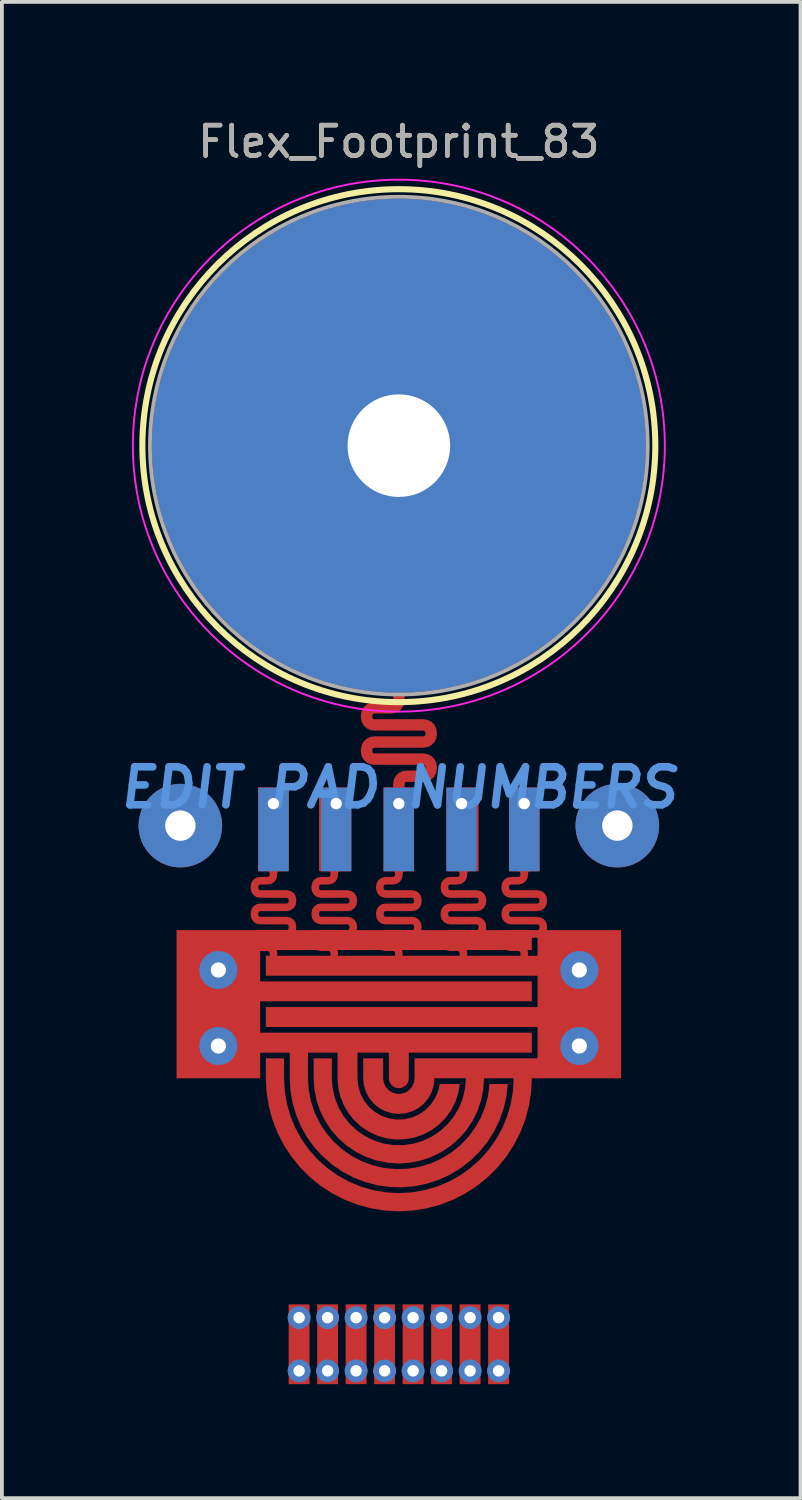
<source format=kicad_pcb>
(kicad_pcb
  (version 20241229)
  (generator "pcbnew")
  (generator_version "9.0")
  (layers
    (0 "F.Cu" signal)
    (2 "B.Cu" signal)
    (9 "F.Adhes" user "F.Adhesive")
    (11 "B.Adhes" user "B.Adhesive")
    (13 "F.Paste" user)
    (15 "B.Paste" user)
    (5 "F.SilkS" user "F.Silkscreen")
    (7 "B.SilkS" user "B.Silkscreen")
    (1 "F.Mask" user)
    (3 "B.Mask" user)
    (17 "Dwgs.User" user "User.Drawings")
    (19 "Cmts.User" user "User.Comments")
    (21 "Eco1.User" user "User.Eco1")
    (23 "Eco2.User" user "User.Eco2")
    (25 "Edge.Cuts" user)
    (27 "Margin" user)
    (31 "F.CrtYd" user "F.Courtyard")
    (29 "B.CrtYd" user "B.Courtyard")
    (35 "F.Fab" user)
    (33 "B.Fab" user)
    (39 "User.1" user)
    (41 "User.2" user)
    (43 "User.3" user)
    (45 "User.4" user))
  (footprint "Flex_Footprint_83"
    (layer "F.Cu")
    (at 7.447 8.679)
    (property "Reference" "Flex_Footprint_83" (at 0 -8 0) (layer "F.SilkS") (effects (font (size 0.8 0.8) (thickness 0.12))))
    (attr through_hole)
    (fp_circle (center 0 0) (end -6.75 0) (stroke (width 0.16) (type solid)) (fill no) (layer "F.SilkS"))
    (fp_circle (center 0 0) (end -7 0) (stroke (width 0.05) (type solid)) (fill no) (layer "F.CrtYd"))
    (fp_circle (center 0 0) (end -6.55 0) (stroke (width 0.1) (type solid)) (fill no) (layer "F.Fab"))
    (fp_text user "EDIT PAD NUMBERS" (at 0 9 0) (layer "Cmts.User") (effects (font (size 1 1) (thickness 0.2) (italic yes))))
    (fp_text user "${REFERENCE}" (at 0 -8 0) (layer "F.Fab") (effects (font (size 0.8 0.8) (thickness 0.12))))
    (pad "#" thru_hole circle (at -5.75 10) (size 2.2 2.2) (drill 0.8) (layers "*.Cu" "*.Mask"))
    (pad "#" smd custom (at -4.85 14.75) (size 0.2 0.2) (layers "F.Cu" "F.Mask") (options (anchor circle)) (primitives (gr_poly (pts (xy 8.35 -1.475) (xy 1.2 -1.475) (xy 1.2 -0.65) (xy 8.35 -0.65) (xy 8.35 -0.125) (xy 1.2 -0.125) (xy 1.2 0.7) (xy 8.35 0.7) (xy 8.35 1.225) (xy 5.112 1.225) (xy 5.112 1.9) (xy 5.097 1.99) (xy 5.051 2.069) (xy 4.981 2.127) (xy 4.896 2.159) (xy 4.804 2.159) (xy 4.719 2.127) (xy 4.649 2.069) (xy 4.603 1.99) (xy 4.587 1.9) (xy 4.587 1.225) (xy 3.762 1.225) (xy 3.762 1.9) (xy 3.782 2.103) (xy 3.838 2.299) (xy 3.93 2.481) (xy 4.055 2.642) (xy 4.207 2.777) (xy 4.382 2.882) (xy 4.574 2.952) (xy 4.775 2.985) (xy 4.979 2.98) (xy 5.178 2.937) (xy 5.366 2.858) (xy 5.535 2.745) (xy 5.681 2.602) (xy 5.797 2.434) (xy 5.88 2.248) (xy 5.927 2.05) (xy 6.456 2.05) (xy 6.414 2.292) (xy 6.336 2.525) (xy 6.224 2.743) (xy 6.08 2.942) (xy 5.908 3.117) (xy 5.711 3.264) (xy 5.494 3.378) (xy 5.262 3.459) (xy 5.02 3.503) (xy 4.775 3.511) (xy 4.531 3.481) (xy 4.295 3.414) (xy 4.071 3.312) (xy 3.866 3.178) (xy 3.684 3.013) (xy 3.528 2.823) (xy 3.403 2.612) (xy 3.312 2.384) (xy 3.256 2.145) (xy 3.237 1.9) (xy 3.237 1.225) (xy 2.458 1.225) (xy 2.458 1.9) (xy 2.478 2.206) (xy 2.537 2.507) (xy 2.633 2.798) (xy 2.766 3.074) (xy 2.934 3.331) (xy 3.133 3.564) (xy 3.36 3.77) (xy 3.611 3.946) (xy 3.883 4.087) (xy 4.171 4.193) (xy 4.47 4.261) (xy 4.775 4.29) (xy 5.081 4.28) (xy 5.384 4.231) (xy 5.678 4.144) (xy 5.958 4.019) (xy 6.22 3.86) (xy 6.46 3.669) (xy 6.673 3.448) (xy 6.856 3.202) (xy 7.006 2.935) (xy 7.121 2.651) (xy 7.198 2.354) (xy 7.237 2.05) (xy 7.717 2.05) (xy 7.681 2.376) (xy 7.608 2.696) (xy 7.499 3.006) (xy 7.356 3.301) (xy 7.179 3.578) (xy 6.972 3.833) (xy 6.738 4.063) (xy 6.478 4.264) (xy 6.198 4.435) (xy 5.9 4.572) (xy 5.588 4.674) (xy 5.266 4.741) (xy 4.939 4.769) (xy 4.611 4.761) (xy 4.286 4.715) (xy 3.968 4.632) (xy 3.662 4.514) (xy 3.371 4.361) (xy 3.1 4.176) (xy 2.852 3.961) (xy 2.63 3.72) (xy 2.436 3.454) (xy 2.275 3.169) (xy 2.147 2.866) (xy 2.054 2.551) (xy 1.998 2.228) (xy 1.979 1.9) (xy 1.979 1.225) (xy 1.2 1.225) (xy 1.2 1.9) (xy -1 1.9) (xy -1 -2) (xy 8.35 -2)) (width 0) (fill yes))))
    (pad "#" thru_hole circle (at -4.75 13.8) (size 1 1) (drill 0.4) (layers "*.Cu" "*.Mask"))
    (pad "#" thru_hole circle (at -4.75 15.8) (size 1 1) (drill 0.4) (layers "*.Cu" "*.Mask"))
    (pad "#" thru_hole rect (at -3.3 9.421) (size 0.8 2.2) (drill 0.3 (offset 0 0.679)) (layers "*.Cu" "*.Mask"))
    (pad "#" smd custom (at -3.3 13.4) (size 0.1 0.1) (layers "F.Cu" "F.Mask") (options (anchor circle)) (primitives (gr_poly (pts (xy -0.15 -2.05) (xy -0.115 -2.065) (xy -0.1 -2.1) (xy -0.1 -2.15) (xy -0.115 -2.185) (xy -0.15 -2.2) (xy -0.4 -2.2) (xy -0.4 -4.4) (xy 0.4 -4.4) (xy 0.4 -2.2) (xy 0.15 -2.2) (xy 0.115 -2.185) (xy 0.1 -2.15) (xy 0.1 -2.1) (xy 0.081 -2.004) (xy 0.027 -1.923) (xy -0.054 -1.869) (xy -0.15 -1.85) (xy -0.35 -1.85) (xy -0.385 -1.835) (xy -0.4 -1.8) (xy -0.4 -1.75) (xy -0.385 -1.715) (xy -0.35 -1.7) (xy 0.35 -1.7) (xy 0.446 -1.681) (xy 0.527 -1.627) (xy 0.581 -1.546) (xy 0.6 -1.45) (xy 0.6 -1.4) (xy 0.581 -1.304) (xy 0.527 -1.223) (xy 0.446 -1.169) (xy 0.35 -1.15) (xy -0.35 -1.15) (xy -0.385 -1.135) (xy -0.4 -1.1) (xy -0.4 -1.05) (xy -0.385 -1.015) (xy -0.35 -1) (xy 0.35 -1) (xy 0.446 -0.981) (xy 0.527 -0.927) (xy 0.581 -0.846) (xy 0.6 -0.75) (xy 0.6 -0.7) (xy 0.581 -0.604) (xy 0.527 -0.523) (xy 0.446 -0.469) (xy 0.35 -0.45) (xy -0.35 -0.45) (xy -0.385 -0.435) (xy -0.4 -0.4) (xy -0.4 -0.35) (xy -0.385 -0.315) (xy -0.35 -0.3) (xy -0.15 -0.3) (xy -0.054 -0.281) (xy 0.027 -0.227) (xy 0.081 -0.146) (xy 0.1 -0.05) (xy 0.1 0) (xy 0.081 0.059) (xy 0.031 0.095) (xy -0.031 0.095) (xy -0.081 0.059) (xy -0.1 0) (xy -0.1 -0.05) (xy -0.115 -0.085) (xy -0.15 -0.1) (xy -0.35 -0.1) (xy -0.446 -0.119) (xy -0.527 -0.173) (xy -0.581 -0.254) (xy -0.6 -0.35) (xy -0.6 -0.4) (xy -0.581 -0.496) (xy -0.527 -0.577) (xy -0.446 -0.631) (xy -0.35 -0.65) (xy 0.35 -0.65) (xy 0.385 -0.665) (xy 0.4 -0.7) (xy 0.4 -0.75) (xy 0.385 -0.785) (xy 0.35 -0.8) (xy -0.35 -0.8) (xy -0.446 -0.819) (xy -0.527 -0.873) (xy -0.581 -0.954) (xy -0.6 -1.05) (xy -0.6 -1.1) (xy -0.581 -1.196) (xy -0.527 -1.277) (xy -0.446 -1.331) (xy -0.35 -1.35) (xy 0.35 -1.35) (xy 0.385 -1.365) (xy 0.4 -1.4) (xy 0.4 -1.45) (xy 0.385 -1.485) (xy 0.35 -1.5) (xy -0.35 -1.5) (xy -0.446 -1.519) (xy -0.527 -1.573) (xy -0.581 -1.654) (xy -0.6 -1.75) (xy -0.6 -1.8) (xy -0.581 -1.896) (xy -0.527 -1.977) (xy -0.446 -2.031) (xy -0.35 -2.05)) (width 0) (fill yes))))
    (pad "#" thru_hole circle (at -2.625 22.95) (size 0.6 0.6) (drill 0.3) (layers "*.Cu" "*.Mask"))
    (pad "#" smd custom (at -2.625 23.65) (size 0.2 0.2) (layers "F.Cu" "F.Mask") (options (anchor circle)) (primitives (gr_poly (pts (xy -0.275 -1.05) (xy -0.275 1.05) (xy 0.275 1.05) (xy 0.275 -1.05)) (width 0) (fill yes))))
    (pad "#" thru_hole circle (at -2.625 24.35) (size 0.6 0.6) (drill 0.3) (layers "*.Cu" "*.Mask"))
    (pad "#" thru_hole circle (at -1.875 22.95) (size 0.6 0.6) (drill 0.3) (layers "*.Cu" "*.Mask"))
    (pad "#" smd custom (at -1.875 23.65) (size 0.2 0.2) (layers "F.Cu" "F.Mask") (options (anchor circle)) (primitives (gr_poly (pts (xy 0.275 -1.05) (xy 0.275 1.05) (xy -0.275 1.05) (xy -0.275 -1.05)) (width 0) (fill yes))))
    (pad "#" thru_hole circle (at -1.875 24.35) (size 0.6 0.6) (drill 0.3) (layers "*.Cu" "*.Mask"))
    (pad "#" smd custom (at -1.7 13.4) (size 0.1 0.1) (layers "F.Cu" "F.Mask") (options (anchor circle)) (primitives (gr_poly (pts (xy -0.15 -2.05) (xy -0.115 -2.065) (xy -0.1 -2.1) (xy -0.1 -2.15) (xy -0.115 -2.185) (xy -0.15 -2.2) (xy -0.4 -2.2) (xy -0.4 -4.4) (xy 0.4 -4.4) (xy 0.4 -2.2) (xy 0.15 -2.2) (xy 0.115 -2.185) (xy 0.1 -2.15) (xy 0.1 -2.1) (xy 0.081 -2.004) (xy 0.027 -1.923) (xy -0.054 -1.869) (xy -0.15 -1.85) (xy -0.35 -1.85) (xy -0.385 -1.835) (xy -0.4 -1.8) (xy -0.4 -1.75) (xy -0.385 -1.715) (xy -0.35 -1.7) (xy 0.35 -1.7) (xy 0.446 -1.681) (xy 0.527 -1.627) (xy 0.581 -1.546) (xy 0.6 -1.45) (xy 0.6 -1.4) (xy 0.581 -1.304) (xy 0.527 -1.223) (xy 0.446 -1.169) (xy 0.35 -1.15) (xy -0.35 -1.15) (xy -0.385 -1.135) (xy -0.4 -1.1) (xy -0.4 -1.05) (xy -0.385 -1.015) (xy -0.35 -1) (xy 0.35 -1) (xy 0.446 -0.981) (xy 0.527 -0.927) (xy 0.581 -0.846) (xy 0.6 -0.75) (xy 0.6 -0.7) (xy 0.581 -0.604) (xy 0.527 -0.523) (xy 0.446 -0.469) (xy 0.35 -0.45) (xy -0.35 -0.45) (xy -0.385 -0.435) (xy -0.4 -0.4) (xy -0.4 -0.35) (xy -0.385 -0.315) (xy -0.35 -0.3) (xy -0.15 -0.3) (xy -0.054 -0.281) (xy 0.027 -0.227) (xy 0.081 -0.146) (xy 0.1 -0.05) (xy 0.1 0) (xy 0.081 0.059) (xy 0.031 0.095) (xy -0.031 0.095) (xy -0.081 0.059) (xy -0.1 0) (xy -0.1 -0.05) (xy -0.115 -0.085) (xy -0.15 -0.1) (xy -0.35 -0.1) (xy -0.446 -0.119) (xy -0.527 -0.173) (xy -0.581 -0.254) (xy -0.6 -0.35) (xy -0.6 -0.4) (xy -0.581 -0.496) (xy -0.527 -0.577) (xy -0.446 -0.631) (xy -0.35 -0.65) (xy 0.35 -0.65) (xy 0.385 -0.665) (xy 0.4 -0.7) (xy 0.4 -0.75) (xy 0.385 -0.785) (xy 0.35 -0.8) (xy -0.35 -0.8) (xy -0.446 -0.819) (xy -0.527 -0.873) (xy -0.581 -0.954) (xy -0.6 -1.05) (xy -0.6 -1.1) (xy -0.581 -1.196) (xy -0.527 -1.277) (xy -0.446 -1.331) (xy -0.35 -1.35) (xy 0.35 -1.35) (xy 0.385 -1.365) (xy 0.4 -1.4) (xy 0.4 -1.45) (xy 0.385 -1.485) (xy 0.35 -1.5) (xy -0.35 -1.5) (xy -0.446 -1.519) (xy -0.527 -1.573) (xy -0.581 -1.654) (xy -0.6 -1.75) (xy -0.6 -1.8) (xy -0.581 -1.896) (xy -0.527 -1.977) (xy -0.446 -2.031) (xy -0.35 -2.05)) (width 0) (fill yes))))
    (pad "#" thru_hole rect (at -1.65 9.421) (size 0.8 2.2) (drill 0.3 (offset 0 0.679)) (layers "*.Cu" "*.Mask"))
    (pad "#" thru_hole circle (at -1.125 22.95) (size 0.6 0.6) (drill 0.3) (layers "*.Cu" "*.Mask"))
    (pad "#" smd custom (at -1.125 23.65) (size 0.2 0.2) (layers "F.Cu" "F.Mask") (options (anchor circle)) (primitives (gr_poly (pts (xy 0.275 -1.05) (xy 0.275 1.05) (xy -0.275 1.05) (xy -0.275 -1.05)) (width 0) (fill yes))))
    (pad "#" thru_hole circle (at -1.125 24.35) (size 0.6 0.6) (drill 0.3) (layers "*.Cu" "*.Mask"))
    (pad "#" thru_hole circle (at -0.375 22.95) (size 0.6 0.6) (drill 0.3) (layers "*.Cu" "*.Mask"))
    (pad "#" smd custom (at -0.375 23.65) (size 0.2 0.2) (layers "F.Cu" "F.Mask") (options (anchor circle)) (primitives (gr_poly (pts (xy 0.275 1.05) (xy -0.275 1.05) (xy -0.275 -1.05) (xy 0.275 -1.05)) (width 0) (fill yes))))
    (pad "#" thru_hole circle (at -0.375 24.35) (size 0.6 0.6) (drill 0.3) (layers "*.Cu" "*.Mask"))
    (pad "#" thru_hole circle (at 0 0) (size 13 13) (drill 2.7) (layers "*.Cu" "*.Mask"))
    (pad "#" smd custom (at 0 9.033) (size 0.073 0.073) (layers "F.Cu" "F.Mask") (options (anchor circle)) (primitives (gr_poly (pts (xy -0.15 2.317) (xy -0.115 2.302) (xy -0.1 2.267) (xy -0.1 2.217) (xy -0.115 2.181) (xy -0.15 2.167) (xy -0.4 2.167) (xy -0.4 -0.033) (xy 0.4 -0.033) (xy 0.4 2.167) (xy 0.15 2.167) (xy 0.115 2.181) (xy 0.1 2.217) (xy 0.1 2.267) (xy 0.081 2.362) (xy 0.027 2.444) (xy -0.054 2.498) (xy -0.15 2.517) (xy -0.35 2.517) (xy -0.385 2.531) (xy -0.4 2.567) (xy -0.4 2.617) (xy -0.385 2.652) (xy -0.35 2.667) (xy 0.35 2.667) (xy 0.446 2.686) (xy 0.527 2.74) (xy 0.581 2.821) (xy 0.6 2.917) (xy 0.6 2.967) (xy 0.581 3.062) (xy 0.527 3.144) (xy 0.446 3.198) (xy 0.35 3.217) (xy -0.35 3.217) (xy -0.385 3.231) (xy -0.4 3.267) (xy -0.4 3.317) (xy -0.385 3.352) (xy -0.35 3.367) (xy 0.35 3.367) (xy 0.446 3.386) (xy 0.527 3.44) (xy 0.581 3.521) (xy 0.6 3.617) (xy 0.6 3.667) (xy 0.581 3.762) (xy 0.527 3.844) (xy 0.446 3.898) (xy 0.35 3.917) (xy -0.35 3.917) (xy -0.385 3.931) (xy -0.4 3.967) (xy -0.4 4.017) (xy -0.385 4.052) (xy -0.35 4.067) (xy -0.15 4.067) (xy -0.054 4.086) (xy 0.027 4.14) (xy 0.081 4.221) (xy 0.1 4.317) (xy 0.1 4.367) (xy 0.081 4.426) (xy 0.031 4.462) (xy -0.031 4.462) (xy -0.081 4.426) (xy -0.1 4.367) (xy -0.1 4.317) (xy -0.115 4.281) (xy -0.15 4.267) (xy -0.35 4.267) (xy -0.446 4.248) (xy -0.527 4.194) (xy -0.581 4.112) (xy -0.6 4.017) (xy -0.6 3.967) (xy -0.581 3.871) (xy -0.527 3.79) (xy -0.446 3.736) (xy -0.35 3.717) (xy 0.35 3.717) (xy 0.385 3.702) (xy 0.4 3.667) (xy 0.4 3.617) (xy 0.385 3.581) (xy 0.35 3.567) (xy -0.35 3.567) (xy -0.446 3.548) (xy -0.527 3.494) (xy -0.581 3.412) (xy -0.6 3.317) (xy -0.6 3.267) (xy -0.581 3.171) (xy -0.527 3.09) (xy -0.446 3.036) (xy -0.35 3.017) (xy 0.35 3.017) (xy 0.385 3.002) (xy 0.4 2.967) (xy 0.4 2.917) (xy 0.385 2.881) (xy 0.35 2.867) (xy -0.35 2.867) (xy -0.446 2.848) (xy -0.527 2.794) (xy -0.581 2.712) (xy -0.6 2.617) (xy -0.6 2.567) (xy -0.581 2.471) (xy -0.527 2.39) (xy -0.446 2.336) (xy -0.35 2.317)) (width 0) (fill yes))))
    (pad "#" smd custom (at 0 9.033) (size 0.073 0.073) (layers "F.Cu" "F.Mask") (options (anchor circle)) (primitives (gr_poly (pts (xy -0.198 -2.283) (xy -0.162 -2.297) (xy -0.148 -2.333) (xy -0.148 -2.595) (xy 0.152 -2.595) (xy 0.152 -2.333) (xy 0.135 -2.224) (xy 0.085 -2.127) (xy 0.008 -2.049) (xy -0.09 -2) (xy -0.198 -1.983) (xy -0.649 -1.983) (xy -0.684 -1.968) (xy -0.699 -1.933) (xy -0.699 -1.883) (xy -0.684 -1.847) (xy -0.649 -1.833) (xy 0.651 -1.833) (xy 0.759 -1.815) (xy 0.857 -1.766) (xy 0.934 -1.688) (xy 0.984 -1.591) (xy 1.001 -1.483) (xy 1.001 -1.433) (xy 0.984 -1.324) (xy 0.934 -1.227) (xy 0.857 -1.149) (xy 0.759 -1.1) (xy 0.651 -1.083) (xy -0.649 -1.083) (xy -0.684 -1.068) (xy -0.699 -1.033) (xy -0.699 -0.983) (xy -0.684 -0.947) (xy -0.649 -0.933) (xy 0.651 -0.933) (xy 0.759 -0.915) (xy 0.857 -0.866) (xy 0.934 -0.788) (xy 0.984 -0.691) (xy 1.001 -0.583) (xy 1.001 -0.533) (xy 0.984 -0.424) (xy 0.934 -0.327) (xy 0.857 -0.249) (xy 0.759 -0.2) (xy 0.651 -0.183) (xy 0.2 -0.183) (xy 0.165 -0.168) (xy 0.15 -0.133) (xy 0.15 0) (xy 0.135 0.065) (xy 0.094 0.117) (xy 0.033 0.146) (xy -0.033 0.146) (xy -0.094 0.117) (xy -0.135 0.065) (xy -0.15 0) (xy -0.15 -0.133) (xy -0.133 -0.241) (xy -0.083 -0.338) (xy -0.006 -0.416) (xy 0.092 -0.465) (xy 0.2 -0.483) (xy 0.651 -0.483) (xy 0.686 -0.497) (xy 0.701 -0.533) (xy 0.701 -0.583) (xy 0.686 -0.618) (xy 0.651 -0.633) (xy -0.649 -0.633) (xy -0.757 -0.65) (xy -0.855 -0.699) (xy -0.932 -0.777) (xy -0.982 -0.874) (xy -0.999 -0.983) (xy -0.999 -1.033) (xy -0.982 -1.141) (xy -0.932 -1.238) (xy -0.855 -1.316) (xy -0.757 -1.365) (xy -0.649 -1.383) (xy 0.651 -1.383) (xy 0.686 -1.397) (xy 0.701 -1.433) (xy 0.701 -1.483) (xy 0.686 -1.518) (xy 0.651 -1.533) (xy -0.649 -1.533) (xy -0.757 -1.55) (xy -0.855 -1.599) (xy -0.932 -1.677) (xy -0.982 -1.774) (xy -0.999 -1.883) (xy -0.999 -1.933) (xy -0.982 -2.041) (xy -0.932 -2.138) (xy -0.855 -2.216) (xy -0.757 -2.265) (xy -0.649 -2.283)) (width 0) (fill yes))))
    (pad "#" thru_hole rect (at 0 9.421) (size 0.8 2.2) (drill 0.3 (offset 0 0.679)) (layers "*.Cu" "*.Mask"))
    (pad "#" thru_hole circle (at 0.375 22.95) (size 0.6 0.6) (drill 0.3) (layers "*.Cu" "*.Mask"))
    (pad "#" smd custom (at 0.375 23.65) (size 0.2 0.2) (layers "F.Cu" "F.Mask") (options (anchor circle)) (primitives (gr_poly (pts (xy 0.275 -1.05) (xy 0.275 1.05) (xy -0.275 1.05) (xy -0.275 -1.05)) (width 0) (fill yes))))
    (pad "#" thru_hole circle (at 0.375 24.35) (size 0.6 0.6) (drill 0.3) (layers "*.Cu" "*.Mask"))
    (pad "#" thru_hole circle (at 1.125 22.95) (size 0.6 0.6) (drill 0.3) (layers "*.Cu" "*.Mask"))
    (pad "#" smd custom (at 1.125 23.65) (size 0.2 0.2) (layers "F.Cu" "F.Mask") (options (anchor circle)) (primitives (gr_poly (pts (xy 0.275 -1.05) (xy 0.275 1.05) (xy -0.275 1.05) (xy -0.275 -1.05)) (width 0) (fill yes))))
    (pad "#" thru_hole circle (at 1.125 24.35) (size 0.6 0.6) (drill 0.3) (layers "*.Cu" "*.Mask"))
    (pad "#" thru_hole rect (at 1.65 9.421) (size 0.8 2.2) (drill 0.3 (offset 0 0.679)) (layers "*.Cu" "*.Mask"))
    (pad "#" smd custom (at 1.7 13.4) (size 0.1 0.1) (layers "F.Cu" "F.Mask") (options (anchor circle)) (primitives (gr_poly (pts (xy -0.15 -2.05) (xy -0.115 -2.065) (xy -0.1 -2.1) (xy -0.1 -2.15) (xy -0.115 -2.185) (xy -0.15 -2.2) (xy -0.4 -2.2) (xy -0.4 -4.4) (xy 0.4 -4.4) (xy 0.4 -2.2) (xy 0.15 -2.2) (xy 0.115 -2.185) (xy 0.1 -2.15) (xy 0.1 -2.1) (xy 0.081 -2.004) (xy 0.027 -1.923) (xy -0.054 -1.869) (xy -0.15 -1.85) (xy -0.35 -1.85) (xy -0.385 -1.835) (xy -0.4 -1.8) (xy -0.4 -1.75) (xy -0.385 -1.715) (xy -0.35 -1.7) (xy 0.35 -1.7) (xy 0.446 -1.681) (xy 0.527 -1.627) (xy 0.581 -1.546) (xy 0.6 -1.45) (xy 0.6 -1.4) (xy 0.581 -1.304) (xy 0.527 -1.223) (xy 0.446 -1.169) (xy 0.35 -1.15) (xy -0.35 -1.15) (xy -0.385 -1.135) (xy -0.4 -1.1) (xy -0.4 -1.05) (xy -0.385 -1.015) (xy -0.35 -1) (xy 0.35 -1) (xy 0.446 -0.981) (xy 0.527 -0.927) (xy 0.581 -0.846) (xy 0.6 -0.75) (xy 0.6 -0.7) (xy 0.581 -0.604) (xy 0.527 -0.523) (xy 0.446 -0.469) (xy 0.35 -0.45) (xy -0.35 -0.45) (xy -0.385 -0.435) (xy -0.4 -0.4) (xy -0.4 -0.35) (xy -0.385 -0.315) (xy -0.35 -0.3) (xy -0.15 -0.3) (xy -0.054 -0.281) (xy 0.027 -0.227) (xy 0.081 -0.146) (xy 0.1 -0.05) (xy 0.1 0) (xy 0.081 0.059) (xy 0.031 0.095) (xy -0.031 0.095) (xy -0.081 0.059) (xy -0.1 0) (xy -0.1 -0.05) (xy -0.115 -0.085) (xy -0.15 -0.1) (xy -0.35 -0.1) (xy -0.446 -0.119) (xy -0.527 -0.173) (xy -0.581 -0.254) (xy -0.6 -0.35) (xy -0.6 -0.4) (xy -0.581 -0.496) (xy -0.527 -0.577) (xy -0.446 -0.631) (xy -0.35 -0.65) (xy 0.35 -0.65) (xy 0.385 -0.665) (xy 0.4 -0.7) (xy 0.4 -0.75) (xy 0.385 -0.785) (xy 0.35 -0.8) (xy -0.35 -0.8) (xy -0.446 -0.819) (xy -0.527 -0.873) (xy -0.581 -0.954) (xy -0.6 -1.05) (xy -0.6 -1.1) (xy -0.581 -1.196) (xy -0.527 -1.277) (xy -0.446 -1.331) (xy -0.35 -1.35) (xy 0.35 -1.35) (xy 0.385 -1.365) (xy 0.4 -1.4) (xy 0.4 -1.45) (xy 0.385 -1.485) (xy 0.35 -1.5) (xy -0.35 -1.5) (xy -0.446 -1.519) (xy -0.527 -1.573) (xy -0.581 -1.654) (xy -0.6 -1.75) (xy -0.6 -1.8) (xy -0.581 -1.896) (xy -0.527 -1.977) (xy -0.446 -2.031) (xy -0.35 -2.05)) (width 0) (fill yes))))
    (pad "#" thru_hole circle (at 1.875 22.95) (size 0.6 0.6) (drill 0.3) (layers "*.Cu" "*.Mask"))
    (pad "#" smd custom (at 1.875 23.65) (size 0.2 0.2) (layers "F.Cu" "F.Mask") (options (anchor circle)) (primitives (gr_poly (pts (xy 0.275 -1.05) (xy 0.275 1.05) (xy -0.275 1.05) (xy -0.275 -1.05)) (width 0) (fill yes))))
    (pad "#" thru_hole circle (at 1.875 24.35) (size 0.6 0.6) (drill 0.3) (layers "*.Cu" "*.Mask"))
    (pad "#" thru_hole circle (at 2.625 22.95) (size 0.6 0.6) (drill 0.3) (layers "*.Cu" "*.Mask"))
    (pad "#" smd custom (at 2.625 23.65) (size 0.2 0.2) (layers "F.Cu" "F.Mask") (options (anchor circle)) (primitives (gr_poly (pts (xy 0.275 -1.05) (xy 0.275 1.05) (xy -0.275 1.05) (xy -0.275 -1.05)) (width 0) (fill yes))))
    (pad "#" thru_hole circle (at 2.625 24.35) (size 0.6 0.6) (drill 0.3) (layers "*.Cu" "*.Mask"))
    (pad "#" thru_hole rect (at 3.3 9.421) (size 0.8 2.2) (drill 0.3 (offset 0 0.679)) (layers "*.Cu" "*.Mask"))
    (pad "#" smd custom (at 3.3 13.4) (size 0.1 0.1) (layers "F.Cu" "F.Mask") (options (anchor circle)) (primitives (gr_poly (pts (xy -0.15 -2.05) (xy -0.115 -2.065) (xy -0.1 -2.1) (xy -0.1 -2.15) (xy -0.115 -2.185) (xy -0.15 -2.2) (xy -0.4 -2.2) (xy -0.4 -4.4) (xy 0.4 -4.4) (xy 0.4 -2.2) (xy 0.15 -2.2) (xy 0.115 -2.185) (xy 0.1 -2.15) (xy 0.1 -2.1) (xy 0.081 -2.004) (xy 0.027 -1.923) (xy -0.054 -1.869) (xy -0.15 -1.85) (xy -0.35 -1.85) (xy -0.385 -1.835) (xy -0.4 -1.8) (xy -0.4 -1.75) (xy -0.385 -1.715) (xy -0.35 -1.7) (xy 0.35 -1.7) (xy 0.446 -1.681) (xy 0.527 -1.627) (xy 0.581 -1.546) (xy 0.6 -1.45) (xy 0.6 -1.4) (xy 0.581 -1.304) (xy 0.527 -1.223) (xy 0.446 -1.169) (xy 0.35 -1.15) (xy -0.35 -1.15) (xy -0.385 -1.135) (xy -0.4 -1.1) (xy -0.4 -1.05) (xy -0.385 -1.015) (xy -0.35 -1) (xy 0.35 -1) (xy 0.446 -0.981) (xy 0.527 -0.927) (xy 0.581 -0.846) (xy 0.6 -0.75) (xy 0.6 -0.7) (xy 0.581 -0.604) (xy 0.527 -0.523) (xy 0.446 -0.469) (xy 0.35 -0.45) (xy -0.35 -0.45) (xy -0.385 -0.435) (xy -0.4 -0.4) (xy -0.4 -0.35) (xy -0.385 -0.315) (xy -0.35 -0.3) (xy -0.15 -0.3) (xy -0.054 -0.281) (xy 0.027 -0.227) (xy 0.081 -0.146) (xy 0.1 -0.05) (xy 0.1 0) (xy 0.081 0.059) (xy 0.031 0.095) (xy -0.031 0.095) (xy -0.081 0.059) (xy -0.1 0) (xy -0.1 -0.05) (xy -0.115 -0.085) (xy -0.15 -0.1) (xy -0.35 -0.1) (xy -0.446 -0.119) (xy -0.527 -0.173) (xy -0.581 -0.254) (xy -0.6 -0.35) (xy -0.6 -0.4) (xy -0.581 -0.496) (xy -0.527 -0.577) (xy -0.446 -0.631) (xy -0.35 -0.65) (xy 0.35 -0.65) (xy 0.385 -0.665) (xy 0.4 -0.7) (xy 0.4 -0.75) (xy 0.385 -0.785) (xy 0.35 -0.8) (xy -0.35 -0.8) (xy -0.446 -0.819) (xy -0.527 -0.873) (xy -0.581 -0.954) (xy -0.6 -1.05) (xy -0.6 -1.1) (xy -0.581 -1.196) (xy -0.527 -1.277) (xy -0.446 -1.331) (xy -0.35 -1.35) (xy 0.35 -1.35) (xy 0.385 -1.365) (xy 0.4 -1.4) (xy 0.4 -1.45) (xy 0.385 -1.485) (xy 0.35 -1.5) (xy -0.35 -1.5) (xy -0.446 -1.519) (xy -0.527 -1.573) (xy -0.581 -1.654) (xy -0.6 -1.75) (xy -0.6 -1.8) (xy -0.581 -1.896) (xy -0.527 -1.977) (xy -0.446 -2.031) (xy -0.35 -2.05)) (width 0) (fill yes))))
    (pad "#" thru_hole circle (at 4.75 13.8) (size 1 1) (drill 0.4) (layers "*.Cu" "*.Mask"))
    (pad "#" thru_hole circle (at 4.75 15.8) (size 1 1) (drill 0.4) (layers "*.Cu" "*.Mask"))
    (pad "#" smd custom (at 4.85 14.75) (size 0.2 0.2) (layers "F.Cu" "F.Mask") (options (anchor circle)) (primitives (gr_poly (pts (xy -8.331 2.266) (xy -8.274 2.628) (xy -8.179 2.982) (xy -8.047 3.324) (xy -7.881 3.65) (xy -7.682 3.957) (xy -7.451 4.242) (xy -7.192 4.501) (xy -6.907 4.732) (xy -6.6 4.931) (xy -6.274 5.097) (xy -5.932 5.229) (xy -5.578 5.324) (xy -5.216 5.381) (xy -4.85 5.4) (xy -4.484 5.381) (xy -4.122 5.324) (xy -3.768 5.229) (xy -3.426 5.097) (xy -3.1 4.931) (xy -2.793 4.732) (xy -2.508 4.501) (xy -2.249 4.242) (xy -2.018 3.957) (xy -1.819 3.65) (xy -1.653 3.324) (xy -1.521 2.982) (xy -1.426 2.628) (xy -1.369 2.266) (xy -1.35 1.9) (xy 1 1.9) (xy 1 -2) (xy -1.2 -2) (xy -1.2 -1.325) (xy -8.35 -1.325) (xy -8.35 -0.8) (xy -1.2 -0.8) (xy -1.2 0.025) (xy -8.35 0.025) (xy -8.35 0.55) (xy -1.2 0.55) (xy -1.2 1.375) (xy -4.437 1.375) (xy -4.437 1.9) (xy -4.454 2.016) (xy -4.503 2.123) (xy -4.58 2.212) (xy -4.679 2.275) (xy -4.791 2.308) (xy -4.909 2.308) (xy -5.021 2.275) (xy -5.12 2.212) (xy -5.197 2.123) (xy -5.246 2.016) (xy -5.263 1.9) (xy -5.263 1.375) (xy -5.788 1.375) (xy -5.788 1.9) (xy -5.769 2.083) (xy -5.716 2.259) (xy -5.63 2.421) (xy -5.513 2.563) (xy -5.371 2.68) (xy -5.209 2.766) (xy -5.033 2.819) (xy -4.85 2.837) (xy -4.667 2.819) (xy -4.491 2.766) (xy -4.329 2.68) (xy -4.187 2.563) (xy -4.07 2.421) (xy -3.984 2.259) (xy -3.931 2.083) (xy -3.912 1.9) (xy -3.087 1.9) (xy -3.107 2.163) (xy -3.166 2.42) (xy -3.262 2.665) (xy -3.394 2.893) (xy -3.558 3.099) (xy -3.751 3.278) (xy -3.969 3.426) (xy -4.206 3.541) (xy -4.458 3.618) (xy -4.718 3.658) (xy -4.982 3.658) (xy -5.242 3.618) (xy -5.494 3.541) (xy -5.731 3.426) (xy -5.949 3.278) (xy -6.142 3.099) (xy -6.306 2.893) (xy -6.438 2.665) (xy -6.534 2.42) (xy -6.593 2.163) (xy -6.613 1.9) (xy -6.613 1.375) (xy -7.092 1.375) (xy -7.092 1.9) (xy -7.072 2.193) (xy -7.015 2.48) (xy -6.921 2.758) (xy -6.791 3.021) (xy -6.628 3.265) (xy -6.435 3.485) (xy -6.215 3.678) (xy -5.971 3.841) (xy -5.708 3.971) (xy -5.43 4.065) (xy -5.143 4.122) (xy -4.85 4.142) (xy -4.557 4.122) (xy -4.27 4.065) (xy -3.992 3.971) (xy -3.729 3.841) (xy -3.485 3.678) (xy -3.265 3.485) (xy -3.072 3.265) (xy -2.909 3.021) (xy -2.779 2.758) (xy -2.685 2.48) (xy -2.628 2.193) (xy -2.608 1.9) (xy -1.829 1.9) (xy -1.848 2.238) (xy -1.905 2.572) (xy -1.999 2.898) (xy -2.128 3.211) (xy -2.292 3.507) (xy -2.488 3.783) (xy -2.714 4.036) (xy -2.967 4.262) (xy -3.243 4.458) (xy -3.539 4.622) (xy -3.852 4.751) (xy -4.178 4.845) (xy -4.512 4.902) (xy -4.85 4.921) (xy -5.188 4.902) (xy -5.522 4.845) (xy -5.848 4.751) (xy -6.161 4.622) (xy -6.457 4.458) (xy -6.733 4.262) (xy -6.986 4.036) (xy -7.212 3.783) (xy -7.408 3.507) (xy -7.572 3.211) (xy -7.701 2.898) (xy -7.795 2.572) (xy -7.852 2.238) (xy -7.871 1.9) (xy -7.871 1.375) (xy -8.35 1.375) (xy -8.35 1.9)) (width 0) (fill yes))))
    (pad "#" thru_hole circle (at 5.75 10) (size 2.2 2.2) (drill 0.8) (layers "*.Cu" "*.Mask")))
  (gr_rect
    (start -3 -3)
    (end 18.019 36.379)
    (stroke (width 0.1) (type default))
    (fill no)
    (layer "Edge.Cuts")))
</source>
